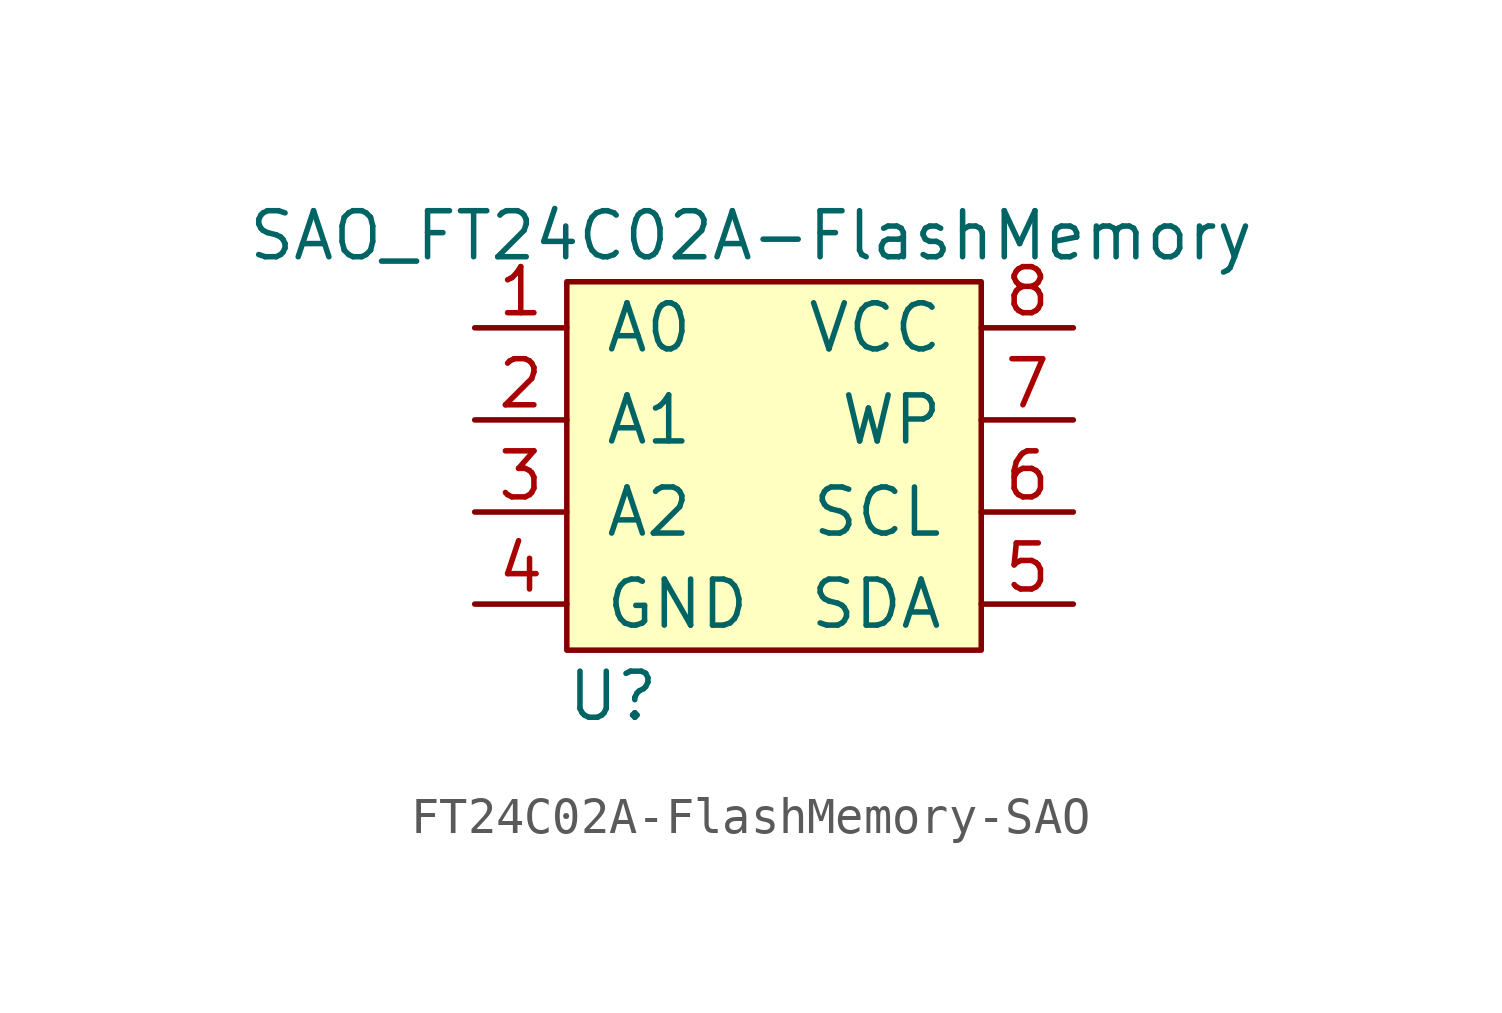
<source format=kicad_sym>
(kicad_symbol_lib
  (version 20231120)
  (generator "kicad_symbol_editor")
  (generator_version "8.0")
  (symbol "FT24C02A-FlashMemory-SAO"
    (pin_names
      (offset 1.016))
    (property "Reference" "U"
      (at -3.81 -6.35 0)
      (effects (font (size 1.27 1.27))))
    (property "Value" "SAO_FT24C02A-FlashMemory"
      (at 0 6.35 0)
      (effects (font (size 1.27 1.27))))
    (symbol "FT24C02A-FlashMemory-SAO_0_1"
      (rectangle (start -5.08 5.08) (end 6.35 -5.08) (stroke (width 0) (type solid)) (fill (type background))))
    (symbol "FT24C02A-FlashMemory-SAO_1_1"
      (pin input line (at -7.62 3.81 0) (length 2.54) (name "A0" (effects (font (size 1.27 1.27)))) (number "1" (effects (font (size 1.27 1.27)))))
      (pin input line (at -7.62 1.27 0) (length 2.54) (name "A1" (effects (font (size 1.27 1.27)))) (number "2" (effects (font (size 1.27 1.27)))))
      (pin input line (at -7.62 -1.27 0) (length 2.54) (name "A2" (effects (font (size 1.27 1.27)))) (number "3" (effects (font (size 1.27 1.27)))))
      (pin input line (at -7.62 -3.81 0) (length 2.54) (name "GND" (effects (font (size 1.27 1.27)))) (number "4" (effects (font (size 1.27 1.27)))))
      (pin input line (at 8.89 -3.81 180) (length 2.54) (name "SDA" (effects (font (size 1.27 1.27)))) (number "5" (effects (font (size 1.27 1.27)))))
      (pin input line (at 8.89 -1.27 180) (length 2.54) (name "SCL" (effects (font (size 1.27 1.27)))) (number "6" (effects (font (size 1.27 1.27)))))
      (pin input line (at 8.89 1.27 180) (length 2.54) (name "WP" (effects (font (size 1.27 1.27)))) (number "7" (effects (font (size 1.27 1.27)))))
      (pin input line (at 8.89 3.81 180) (length 2.54) (name "VCC" (effects (font (size 1.27 1.27)))) (number "8" (effects (font (size 1.27 1.27))))))))
</source>
